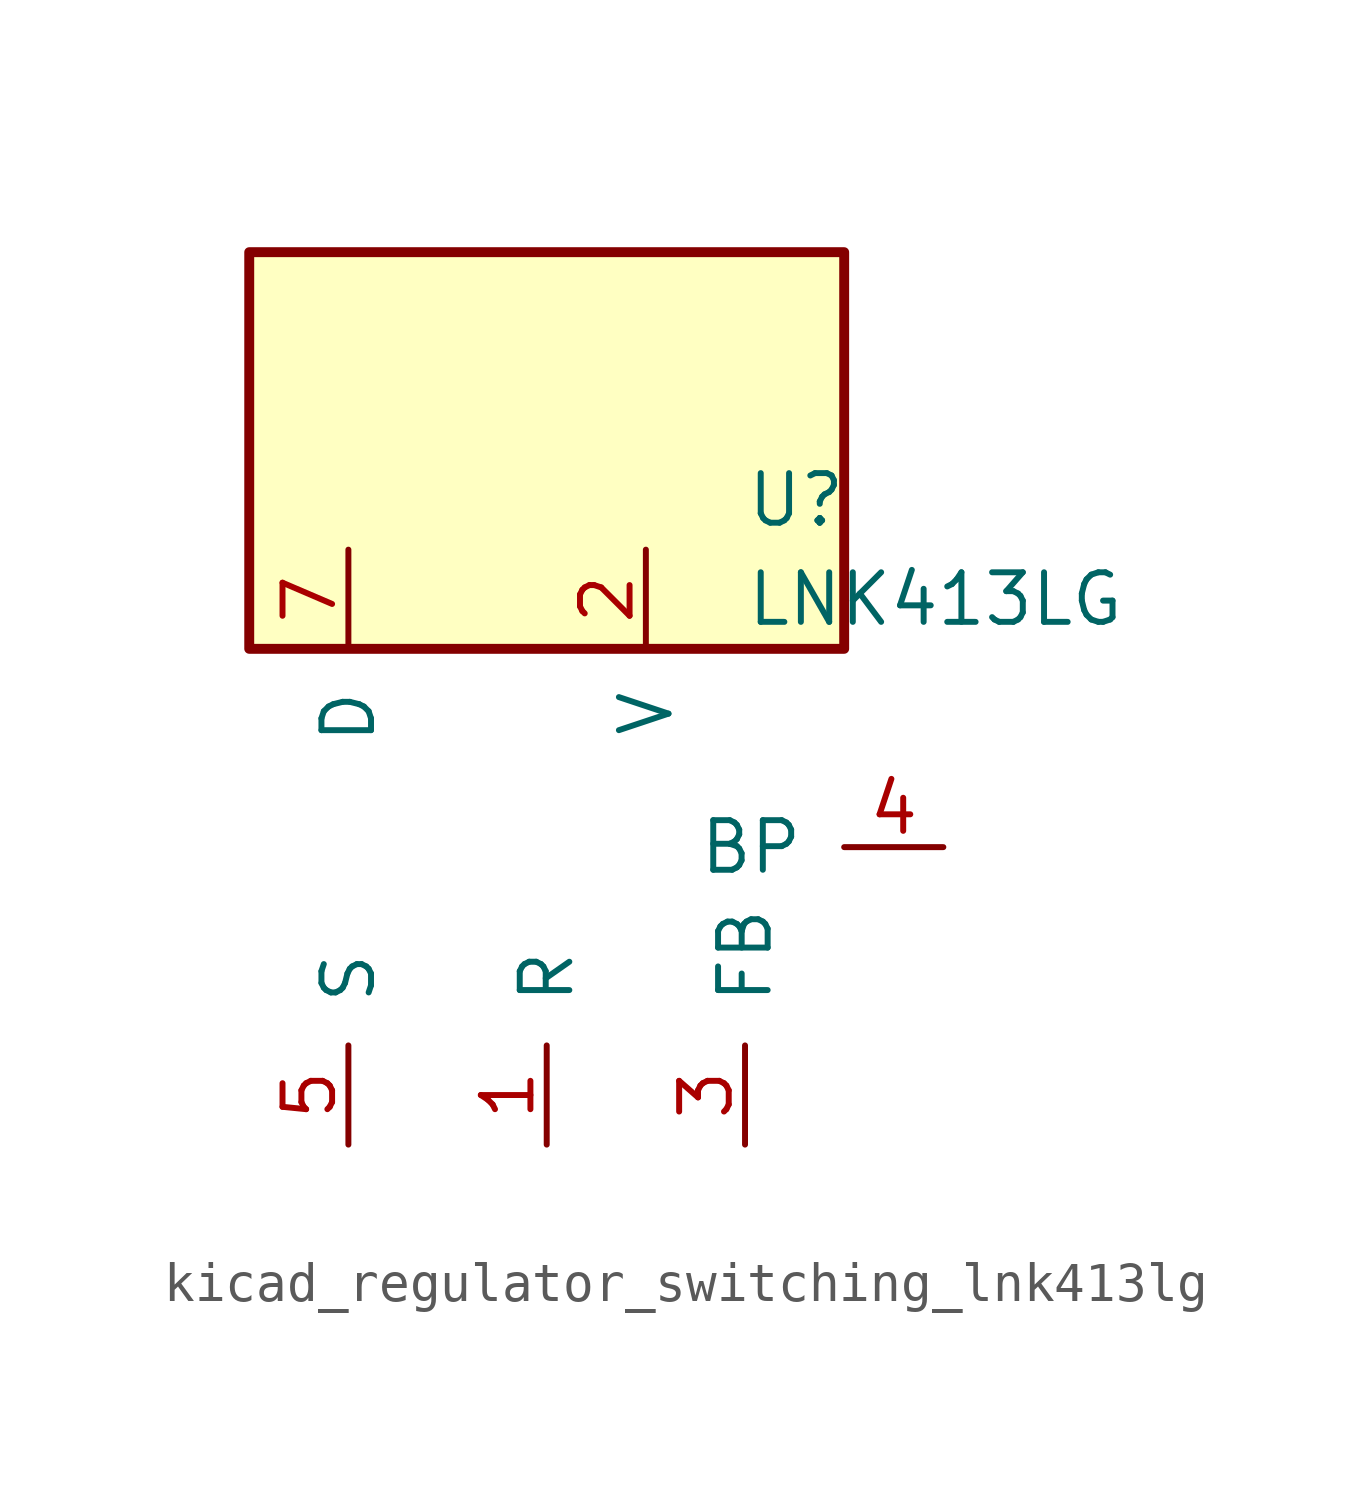
<source format=kicad_sym>
(kicad_symbol_lib
  (version 20220914)
  (generator kicad_symbol_editor)
  (symbol "kicad_regulator_switching_lnk413lg"
    (pin_names
      (offset 1.016))
    (property "Reference" "U"
      (at 5.08 8.89 0)
      (effects (font (size 1.27 1.27)) (justify left)))
    (property "Value" "LNK413LG"
      (at 5.08 6.35 0)
      (effects (font (size 1.27 1.27)) (justify left)))
    (symbol "kicad_regulator_switching_lnk413lg_0_1"
      (rectangle (start 7.62 15.24) (end -7.62 5.08) (stroke (width 0.254) (type default)) (fill (type background))))
    (symbol "kicad_regulator_switching_lnk413lg_1_1"
      (pin input line (at 0 -7.62 90) (length 2.54) (name "R" (effects (font (size 1.27 1.27)))) (number "1" (effects (font (size 1.27 1.27)))))
      (pin input line (at 2.54 7.62 270) (length 2.54) (name "V" (effects (font (size 1.27 1.27)))) (number "2" (effects (font (size 1.27 1.27)))))
      (pin input line (at 5.08 -7.62 90) (length 2.54) (name "FB" (effects (font (size 1.27 1.27)))) (number "3" (effects (font (size 1.27 1.27)))))
      (pin input line (at 10.16 0 180) (length 2.54) (name "BP" (effects (font (size 1.27 1.27)))) (number "4" (effects (font (size 1.27 1.27)))))
      (pin power_in line (at -5.08 -7.62 90) (length 2.54) (name "S" (effects (font (size 1.27 1.27)))) (number "5" (effects (font (size 1.27 1.27)))))
      (pin open_collector line (at -5.08 7.62 270) (length 2.54) (name "D" (effects (font (size 1.27 1.27)))) (number "7" (effects (font (size 1.27 1.27))))))))
</source>
